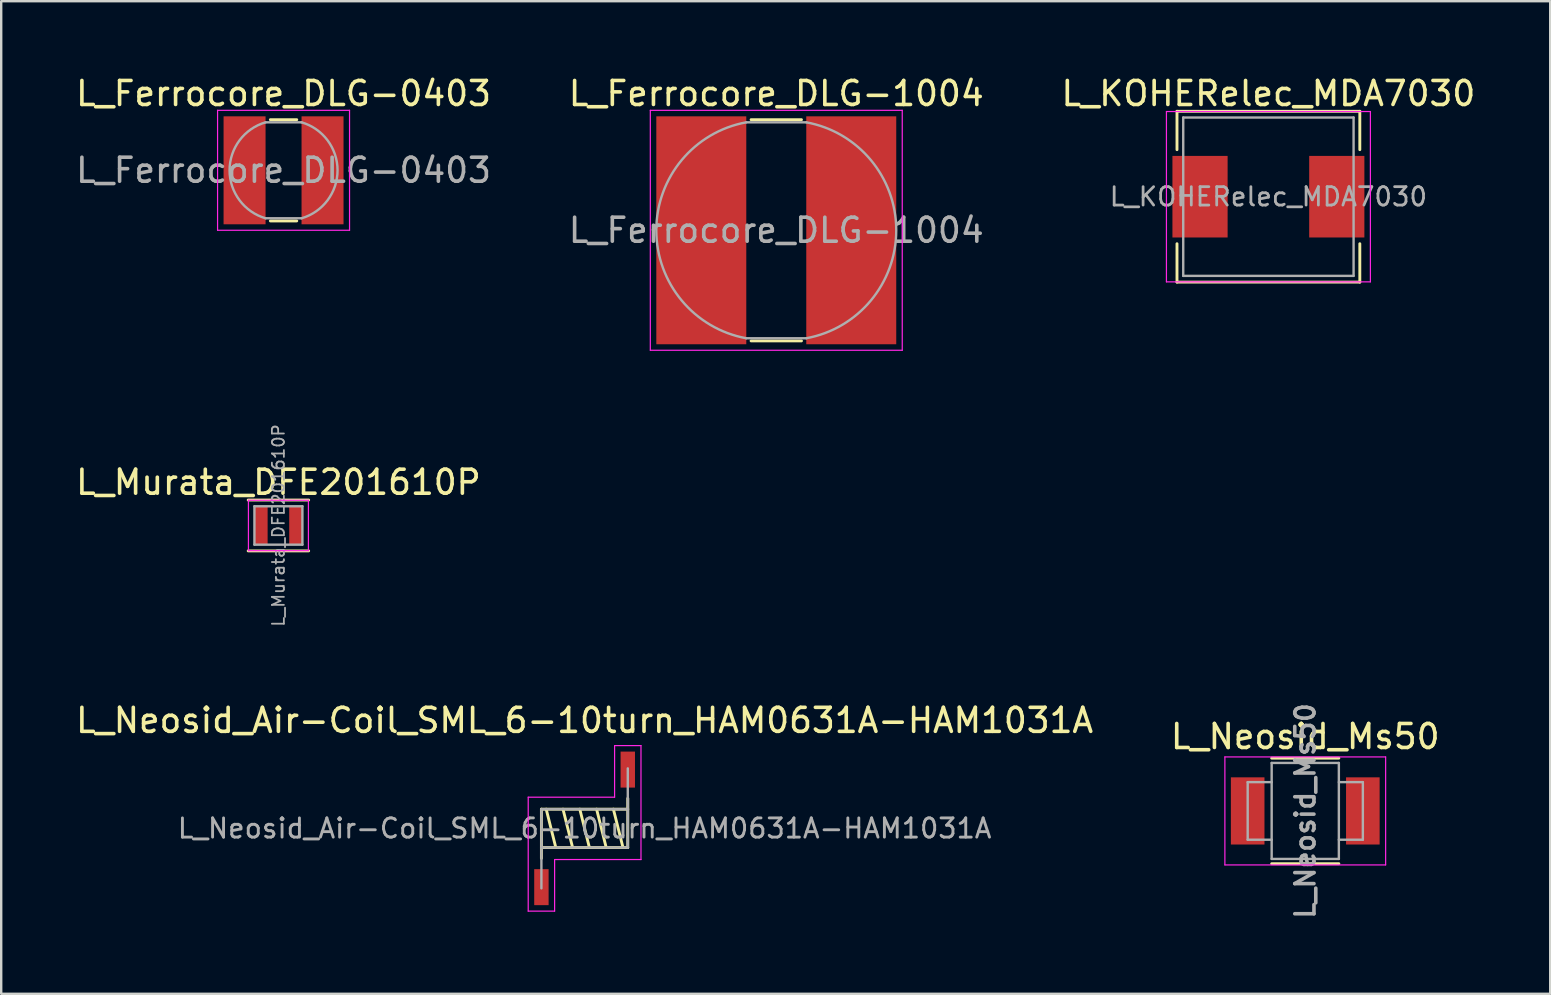
<source format=kicad_pcb>
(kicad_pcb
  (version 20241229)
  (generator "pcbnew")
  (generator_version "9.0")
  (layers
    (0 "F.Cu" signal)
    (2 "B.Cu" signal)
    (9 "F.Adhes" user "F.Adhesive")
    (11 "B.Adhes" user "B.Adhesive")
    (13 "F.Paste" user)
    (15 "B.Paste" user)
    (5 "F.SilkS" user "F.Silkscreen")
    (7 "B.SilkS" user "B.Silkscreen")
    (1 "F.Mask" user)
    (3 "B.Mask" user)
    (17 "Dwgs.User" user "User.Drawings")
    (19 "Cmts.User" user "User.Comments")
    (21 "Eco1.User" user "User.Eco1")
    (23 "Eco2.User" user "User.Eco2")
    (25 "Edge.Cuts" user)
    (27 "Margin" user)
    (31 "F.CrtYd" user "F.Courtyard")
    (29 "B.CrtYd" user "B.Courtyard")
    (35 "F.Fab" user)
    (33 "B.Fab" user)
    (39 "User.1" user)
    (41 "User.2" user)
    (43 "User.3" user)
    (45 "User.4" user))
  (footprint "L_KOHERelec_MDA7030"
    (layer "F.Cu")
    (at 49.815 5.148)
    (property "Reference" "L_KOHERelec_MDA7030" (at 0 -4.3 0) (layer "F.SilkS") (effects (font (size 1 1) (thickness 0.15))))
    (attr smd)
    (fp_line (start -3.81 -3.56) (end -3.81 -1.96) (stroke (width 0.12) (type solid)) (layer "F.SilkS"))
    (fp_line (start -3.81 -3.56) (end 3.81 -3.56) (stroke (width 0.12) (type solid)) (layer "F.SilkS"))
    (fp_line (start -3.81 3.56) (end -3.81 1.96) (stroke (width 0.12) (type solid)) (layer "F.SilkS"))
    (fp_line (start -3.81 3.56) (end 3.81 3.56) (stroke (width 0.12) (type solid)) (layer "F.SilkS"))
    (fp_line (start 3.81 -3.56) (end 3.81 -1.96) (stroke (width 0.12) (type solid)) (layer "F.SilkS"))
    (fp_line (start 3.81 3.56) (end 3.81 1.96) (stroke (width 0.12) (type solid)) (layer "F.SilkS"))
    (fp_line (start -4.25 -3.55) (end -4.25 3.55) (stroke (width 0.05) (type solid)) (layer "F.CrtYd"))
    (fp_line (start -4.25 3.55) (end 4.25 3.55) (stroke (width 0.05) (type solid)) (layer "F.CrtYd"))
    (fp_line (start 4.25 -3.55) (end -4.25 -3.55) (stroke (width 0.05) (type solid)) (layer "F.CrtYd"))
    (fp_line (start 4.25 3.55) (end 4.25 -3.55) (stroke (width 0.05) (type solid)) (layer "F.CrtYd"))
    (fp_line (start -3.55 -3.3) (end -3.55 3.3) (stroke (width 0.1) (type solid)) (layer "F.Fab"))
    (fp_line (start -3.55 3.3) (end 3.55 3.3) (stroke (width 0.1) (type solid)) (layer "F.Fab"))
    (fp_line (start 3.55 -3.3) (end -3.55 -3.3) (stroke (width 0.1) (type solid)) (layer "F.Fab"))
    (fp_line (start 3.55 3.3) (end 3.55 -3.3) (stroke (width 0.1) (type solid)) (layer "F.Fab"))
    (fp_text user "${REFERENCE}" (at 0 0 0) (layer "F.Fab") (effects (font (size 0.767 0.767) (thickness 0.115))))
    (pad "1" smd rect (at -2.85 0) (size 2.3 3.4) (layers "F.Cu" "F.Mask" "F.Paste"))
    (pad "2" smd rect (at 2.85 0) (size 2.3 3.4) (layers "F.Cu" "F.Mask" "F.Paste")))
  (footprint "L_Ferrocore_DLG-1004"
    (layer "F.Cu")
    (at 29.304 6.548)
    (property "Reference" "L_Ferrocore_DLG-1004" (at 0 -5.7 0) (layer "F.SilkS") (effects (font (size 1 1) (thickness 0.15))))
    (attr smd)
    (fp_line (start -1.05 -4.61) (end 1.05 -4.61) (stroke (width 0.12) (type solid)) (layer "F.SilkS"))
    (fp_line (start -1.05 4.61) (end 1.05 4.61) (stroke (width 0.12) (type solid)) (layer "F.SilkS"))
    (fp_line (start -5.25 -5) (end -5.25 5) (stroke (width 0.05) (type solid)) (layer "F.CrtYd"))
    (fp_line (start -5.25 5) (end 5.25 5) (stroke (width 0.05) (type solid)) (layer "F.CrtYd"))
    (fp_line (start 5.25 -5) (end -5.25 -5) (stroke (width 0.05) (type solid)) (layer "F.CrtYd"))
    (fp_line (start 5.25 5) (end 5.25 -5) (stroke (width 0.05) (type solid)) (layer "F.CrtYd"))
    (fp_line (start -1.25 -4.5) (end 1.25 -4.5) (stroke (width 0.1) (type solid)) (layer "F.Fab"))
    (fp_line (start -1.25 4.5) (end 1.25 4.5) (stroke (width 0.1) (type solid)) (layer "F.Fab"))
    (fp_arc (start -1.25 4.5) (mid -5 0) (end -1.25 -4.5) (stroke (width 0.1) (type solid)) (layer "F.Fab"))
    (fp_arc (start 1.25 -4.5) (mid 5 0) (end 1.25 4.5) (stroke (width 0.1) (type solid)) (layer "F.Fab"))
    (fp_text user "${REFERENCE}" (at 0 0 0) (layer "F.Fab") (effects (font (size 1 1) (thickness 0.15))))
    (pad "1" smd rect (at -3.125 0) (size 3.75 9.5) (layers "F.Cu" "F.Mask" "F.Paste"))
    (pad "2" smd rect (at 3.125 0) (size 3.75 9.5) (layers "F.Cu" "F.Mask" "F.Paste")))
  (footprint "L_Murata_DFE201610P"
    (layer "F.Cu")
    (at 8.554 18.85)
    (property "Reference" "L_Murata_DFE201610P" (at 0 -1.8 0) (layer "F.SilkS") (effects (font (size 1 1) (thickness 0.15))))
    (attr smd)
    (fp_line (start -1.26 -1.06) (end 1.26 -1.06) (stroke (width 0.12) (type solid)) (layer "F.SilkS"))
    (fp_line (start -1.26 1.06) (end 1.26 1.06) (stroke (width 0.12) (type solid)) (layer "F.SilkS"))
    (fp_line (start -1.25 -1.05) (end -1.25 1.05) (stroke (width 0.05) (type solid)) (layer "F.CrtYd"))
    (fp_line (start -1.25 1.05) (end 1.25 1.05) (stroke (width 0.05) (type solid)) (layer "F.CrtYd"))
    (fp_line (start 1.25 -1.05) (end -1.25 -1.05) (stroke (width 0.05) (type solid)) (layer "F.CrtYd"))
    (fp_line (start 1.25 1.05) (end 1.25 -1.05) (stroke (width 0.05) (type solid)) (layer "F.CrtYd"))
    (fp_line (start -1 -0.8) (end -1 0.8) (stroke (width 0.1) (type solid)) (layer "F.Fab"))
    (fp_line (start -1 0.8) (end 1 0.8) (stroke (width 0.1) (type solid)) (layer "F.Fab"))
    (fp_line (start 1 -0.8) (end -1 -0.8) (stroke (width 0.1) (type solid)) (layer "F.Fab"))
    (fp_line (start 1 0.8) (end 1 -0.8) (stroke (width 0.1) (type solid)) (layer "F.Fab"))
    (fp_text user "${REFERENCE}" (at 0 0 90) (layer "F.Fab") (effects (font (size 0.5 0.5) (thickness 0.075))))
    (pad "1" smd rect (at -0.725 0) (size 0.55 1.6) (layers "F.Cu" "F.Mask" "F.Paste"))
    (pad "2" smd rect (at 0.725 0) (size 0.55 1.6) (layers "F.Cu" "F.Mask" "F.Paste")))
  (footprint "L_Ferrocore_DLG-0403"
    (layer "F.Cu")
    (at 8.768 4.048)
    (property "Reference" "L_Ferrocore_DLG-0403" (at 0 -3.2 0) (layer "F.SilkS") (effects (font (size 1 1) (thickness 0.15))))
    (attr smd)
    (fp_line (start -0.55 -2.11) (end 0.55 -2.11) (stroke (width 0.12) (type solid)) (layer "F.SilkS"))
    (fp_line (start -0.55 2.11) (end 0.55 2.11) (stroke (width 0.12) (type solid)) (layer "F.SilkS"))
    (fp_line (start -2.75 -2.5) (end -2.75 2.5) (stroke (width 0.05) (type solid)) (layer "F.CrtYd"))
    (fp_line (start -2.75 2.5) (end 2.75 2.5) (stroke (width 0.05) (type solid)) (layer "F.CrtYd"))
    (fp_line (start 2.75 -2.5) (end -2.75 -2.5) (stroke (width 0.05) (type solid)) (layer "F.CrtYd"))
    (fp_line (start 2.75 2.5) (end 2.75 -2.5) (stroke (width 0.05) (type solid)) (layer "F.CrtYd"))
    (fp_line (start -0.75 -2) (end 0.75 -2) (stroke (width 0.1) (type solid)) (layer "F.Fab"))
    (fp_line (start -0.75 2) (end 0.75 2) (stroke (width 0.1) (type solid)) (layer "F.Fab"))
    (fp_arc (start -0.75 2) (mid -2.25 0) (end -0.75 -2) (stroke (width 0.1) (type solid)) (layer "F.Fab"))
    (fp_arc (start 0.75 -2) (mid 2.25 0) (end 0.75 2) (stroke (width 0.1) (type solid)) (layer "F.Fab"))
    (fp_text user "${REFERENCE}" (at 0 0 0) (layer "F.Fab") (effects (font (size 1 1) (thickness 0.15))))
    (pad "1" smd rect (at -1.625 0) (size 1.75 4.5) (layers "F.Cu" "F.Mask" "F.Paste"))
    (pad "2" smd rect (at 1.625 0) (size 1.75 4.5) (layers "F.Cu" "F.Mask" "F.Paste")))
  (footprint "L_Neosid_Air-Coil_SML_6-10turn_HAM0631A-HAM1031A"
    (layer "F.Cu")
    (at 21.315 31.475)
    (property "Reference" "L_Neosid_Air-Coil_SML_6-10turn_HAM0631A-HAM1031A" (at 0 -4.5 0) (layer "F.SilkS") (effects (font (size 1 1) (thickness 0.15))))
    (attr smd)
    (fp_line (start -1.8 -0.8) (end -1.8 1.25) (stroke (width 0.12) (type solid)) (layer "F.SilkS"))
    (fp_line (start -1.8 -0.8) (end 1.8 -0.8) (stroke (width 0.12) (type solid)) (layer "F.SilkS"))
    (fp_line (start -1.6 -0.8) (end -1.2 0.8) (stroke (width 0.12) (type solid)) (layer "F.SilkS"))
    (fp_line (start -0.9 -0.8) (end -0.5 0.8) (stroke (width 0.12) (type solid)) (layer "F.SilkS"))
    (fp_line (start -0.2 -0.8) (end 0.2 0.8) (stroke (width 0.12) (type solid)) (layer "F.SilkS"))
    (fp_line (start 0.5 -0.8) (end 0.9 0.8) (stroke (width 0.12) (type solid)) (layer "F.SilkS"))
    (fp_line (start 1.2 -0.8) (end 1.6 0.8) (stroke (width 0.12) (type solid)) (layer "F.SilkS"))
    (fp_line (start 1.8 0.8) (end -1.8 0.8) (stroke (width 0.12) (type solid)) (layer "F.SilkS"))
    (fp_line (start 1.8 0.8) (end 1.8 -1.25) (stroke (width 0.12) (type solid)) (layer "F.SilkS"))
    (fp_line (start -2.35 -1.3) (end -2.35 3.45) (stroke (width 0.05) (type solid)) (layer "F.CrtYd"))
    (fp_line (start -2.35 3.45) (end -1.25 3.45) (stroke (width 0.05) (type solid)) (layer "F.CrtYd"))
    (fp_line (start -1.25 1.3) (end 2.35 1.3) (stroke (width 0.05) (type solid)) (layer "F.CrtYd"))
    (fp_line (start -1.25 3.45) (end -1.25 1.3) (stroke (width 0.05) (type solid)) (layer "F.CrtYd"))
    (fp_line (start 1.25 -3.45) (end 1.25 -1.3) (stroke (width 0.05) (type solid)) (layer "F.CrtYd"))
    (fp_line (start 1.25 -1.3) (end -2.35 -1.3) (stroke (width 0.05) (type solid)) (layer "F.CrtYd"))
    (fp_line (start 2.35 -3.45) (end 1.25 -3.45) (stroke (width 0.05) (type solid)) (layer "F.CrtYd"))
    (fp_line (start 2.35 1.3) (end 2.35 -3.45) (stroke (width 0.05) (type solid)) (layer "F.CrtYd"))
    (fp_line (start -1.8 -0.8) (end -1.8 2.5) (stroke (width 0.1) (type solid)) (layer "F.Fab"))
    (fp_line (start -1.8 -0.8) (end 1.8 -0.8) (stroke (width 0.1) (type solid)) (layer "F.Fab"))
    (fp_line (start 1.8 0.8) (end -1.8 0.8) (stroke (width 0.1) (type solid)) (layer "F.Fab"))
    (fp_line (start 1.8 0.8) (end 1.8 -2.5) (stroke (width 0.1) (type solid)) (layer "F.Fab"))
    (fp_text user "${REFERENCE}" (at 0 0 0) (layer "F.Fab") (effects (font (size 0.8 0.8) (thickness 0.12))))
    (pad "1" smd rect (at -1.8 2.45) (size 0.6 1.5) (layers "F.Cu" "F.Mask" "F.Paste"))
    (pad "2" smd rect (at 1.8 -2.45) (size 0.6 1.5) (layers "F.Cu" "F.Mask" "F.Paste")))
  (footprint "L_Neosid_Ms50"
    (layer "F.Cu")
    (at 51.351 30.748)
    (property "Reference" "L_Neosid_Ms50" (at 0 -3.1 0) (layer "F.SilkS") (effects (font (size 1 1) (thickness 0.15))))
    (attr smd)
    (fp_line (start -1.4 2.2) (end 1.4 2.2) (stroke (width 0.12) (type solid)) (layer "F.SilkS"))
    (fp_line (start 1.4 -2.2) (end -1.4 -2.2) (stroke (width 0.12) (type solid)) (layer "F.SilkS"))
    (fp_line (start -3.35 -2.25) (end -3.35 2.25) (stroke (width 0.05) (type solid)) (layer "F.CrtYd"))
    (fp_line (start -3.35 -2.25) (end 3.35 -2.25) (stroke (width 0.05) (type solid)) (layer "F.CrtYd"))
    (fp_line (start 3.35 2.25) (end -3.35 2.25) (stroke (width 0.05) (type solid)) (layer "F.CrtYd"))
    (fp_line (start 3.35 2.25) (end 3.35 -2.25) (stroke (width 0.05) (type solid)) (layer "F.CrtYd"))
    (fp_line (start -2.4 -1.2) (end -2.4 1.2) (stroke (width 0.1) (type solid)) (layer "F.Fab"))
    (fp_line (start -2.4 -1.2) (end -1.4 -1.2) (stroke (width 0.1) (type solid)) (layer "F.Fab"))
    (fp_line (start -2.4 1.2) (end -1.4 1.2) (stroke (width 0.1) (type solid)) (layer "F.Fab"))
    (fp_line (start -1.4 -2) (end -1.4 2) (stroke (width 0.1) (type solid)) (layer "F.Fab"))
    (fp_line (start -1.4 2) (end 1.4 2) (stroke (width 0.1) (type solid)) (layer "F.Fab"))
    (fp_line (start 1.4 -2) (end -1.4 -2) (stroke (width 0.1) (type solid)) (layer "F.Fab"))
    (fp_line (start 1.4 1.2) (end 2.4 1.2) (stroke (width 0.1) (type solid)) (layer "F.Fab"))
    (fp_line (start 1.4 2) (end 1.4 -2) (stroke (width 0.1) (type solid)) (layer "F.Fab"))
    (fp_line (start 2.4 -1.2) (end 1.4 -1.2) (stroke (width 0.1) (type solid)) (layer "F.Fab"))
    (fp_line (start 2.4 1.2) (end 2.4 -1.2) (stroke (width 0.1) (type solid)) (layer "F.Fab"))
    (fp_text user "${REFERENCE}" (at 0 0 90) (layer "F.Fab") (effects (font (size 0.8 0.8) (thickness 0.15))))
    (pad "1" smd rect (at -2.4 0) (size 1.4 2.8) (layers "F.Cu" "F.Mask" "F.Paste"))
    (pad "2" smd rect (at 2.4 0) (size 1.4 2.8) (layers "F.Cu" "F.Mask" "F.Paste")))
  (gr_rect
    (start -3 -3)
    (end 61.56 38.369)
    (stroke (width 0.1) (type default))
    (fill no)
    (layer "Edge.Cuts")))
</source>
